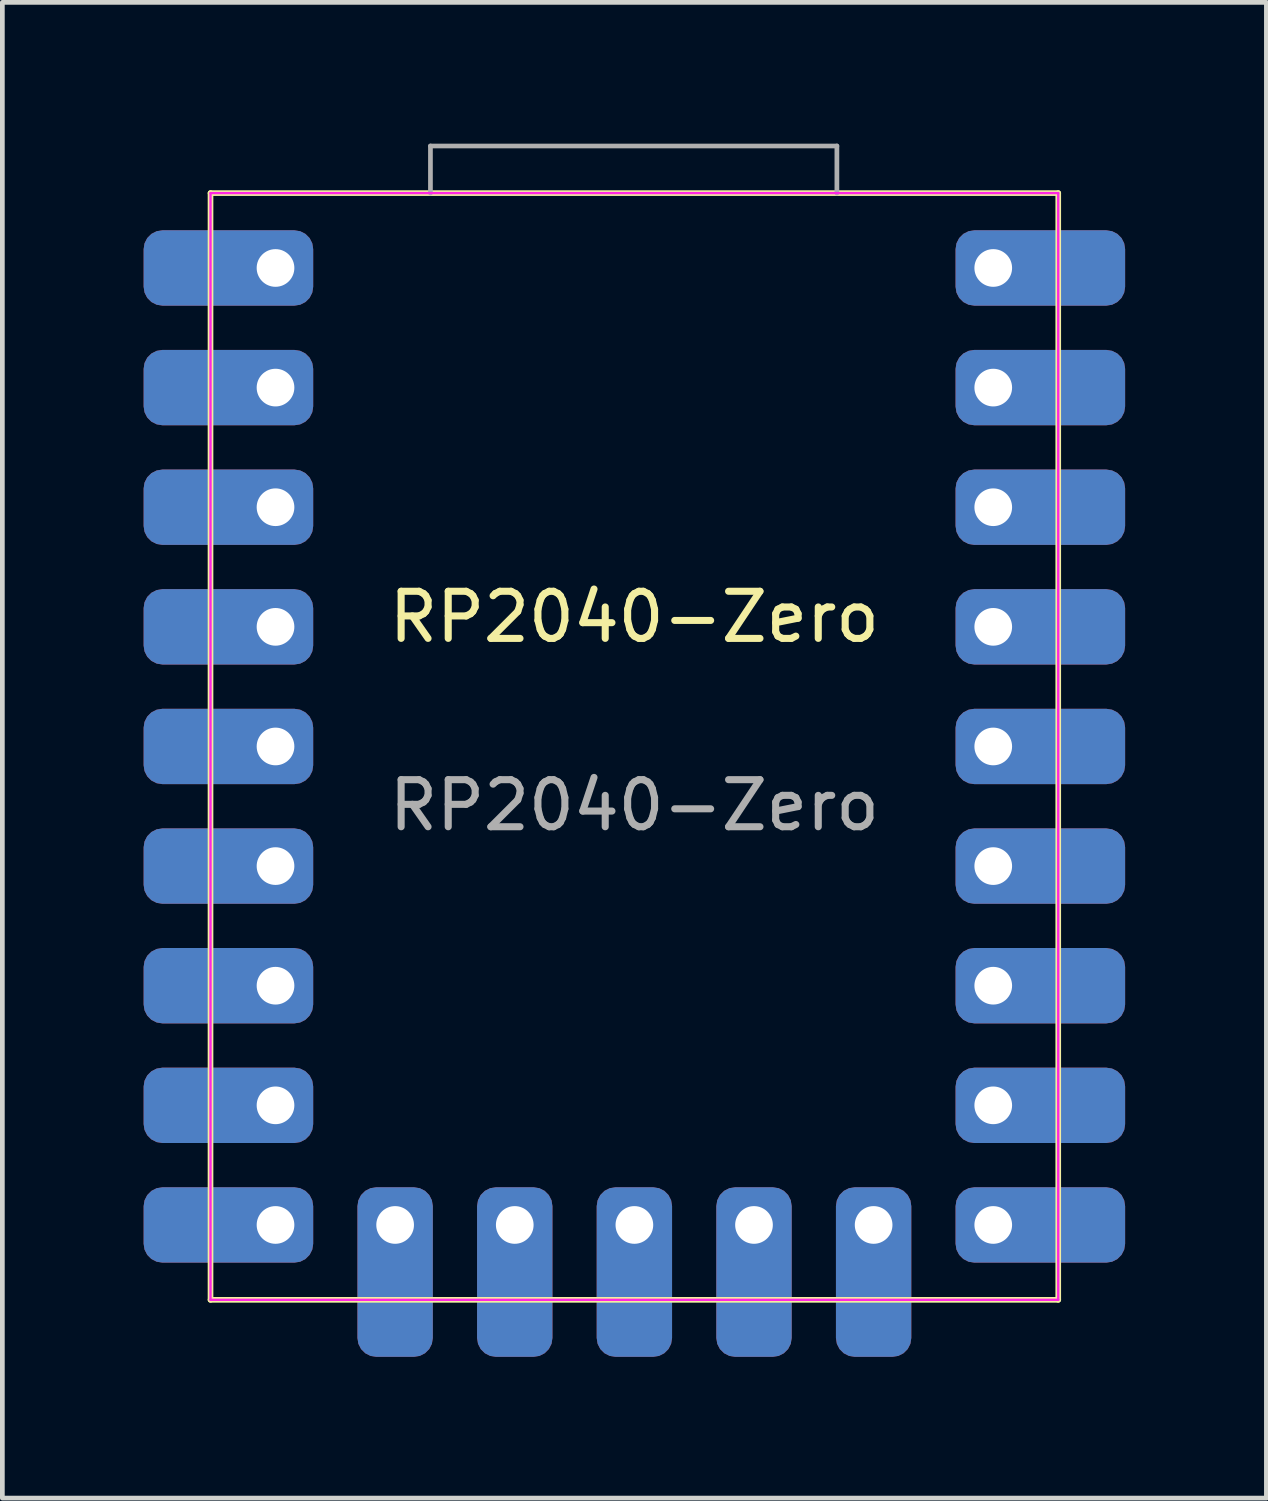
<source format=kicad_pcb>
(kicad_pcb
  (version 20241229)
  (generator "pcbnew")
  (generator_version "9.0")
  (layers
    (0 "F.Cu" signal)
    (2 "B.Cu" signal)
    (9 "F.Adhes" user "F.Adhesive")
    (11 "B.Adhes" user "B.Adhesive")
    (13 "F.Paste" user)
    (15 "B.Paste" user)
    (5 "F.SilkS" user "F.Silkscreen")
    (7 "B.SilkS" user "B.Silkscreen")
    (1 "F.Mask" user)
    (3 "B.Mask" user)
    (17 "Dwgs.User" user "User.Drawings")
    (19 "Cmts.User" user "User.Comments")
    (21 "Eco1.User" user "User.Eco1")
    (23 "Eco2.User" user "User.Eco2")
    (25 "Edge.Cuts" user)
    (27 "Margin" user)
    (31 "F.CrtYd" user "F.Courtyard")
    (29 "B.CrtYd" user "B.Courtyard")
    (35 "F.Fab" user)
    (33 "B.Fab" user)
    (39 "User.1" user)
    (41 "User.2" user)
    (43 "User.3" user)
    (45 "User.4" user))
  (footprint "RP2040-Zero"
    (layer "F.Cu")
    (at 1.42 24.55)
    (property "Reference" "RP2040-Zero" (at 9 -14.5 0) (unlocked yes) (layer "F.SilkS") (effects (font (size 1 1) (thickness 0.15))))
    (attr through_hole)
    (fp_line (start 0 -23.5) (end 0 0) (stroke (width 0.12) (type solid)) (layer "F.SilkS"))
    (fp_line (start 0 0) (end 18 0) (stroke (width 0.12) (type solid)) (layer "F.SilkS"))
    (fp_line (start 18 -23.5) (end 0 -23.5) (stroke (width 0.12) (type solid)) (layer "F.SilkS"))
    (fp_line (start 18 0) (end 18 -23.5) (stroke (width 0.12) (type solid)) (layer "F.SilkS"))
    (fp_line (start 0 -23.5) (end 18 -23.5) (stroke (width 0.05) (type solid)) (layer "F.CrtYd"))
    (fp_line (start 0 0) (end 0 -23.5) (stroke (width 0.05) (type solid)) (layer "F.CrtYd"))
    (fp_line (start 18 -23.5) (end 18 0) (stroke (width 0.05) (type solid)) (layer "F.CrtYd"))
    (fp_line (start 18 0) (end 0 0) (stroke (width 0.05) (type solid)) (layer "F.CrtYd"))
    (fp_line (start 4.67 -24.5) (end 4.67 -23.5) (stroke (width 0.1) (type solid)) (layer "F.Fab"))
    (fp_line (start 4.67 -24.5) (end 13.3 -24.5) (stroke (width 0.1) (type solid)) (layer "F.Fab"))
    (fp_line (start 13.3 -24.5) (end 13.3 -23.5) (stroke (width 0.1) (type solid)) (layer "F.Fab"))
    (fp_text user "${REFERENCE}" (at 9 -10.5 0) (unlocked yes) (layer "F.Fab") (effects (font (size 1 1) (thickness 0.15))))
    (pad "1" thru_hole roundrect (at 16.62 -21.91 180) (size 3.6 1.6) (drill 0.8 (offset -1 0)) (layers "*.Cu" "F.Mask") (roundrect_rratio 0.25))
    (pad "2" thru_hole roundrect (at 16.62 -19.37 180) (size 3.6 1.6) (drill 0.8 (offset -1 0)) (layers "*.Cu" "F.Mask") (roundrect_rratio 0.25))
    (pad "3" thru_hole roundrect (at 16.62 -16.83 180) (size 3.6 1.6) (drill 0.8 (offset -1 0)) (layers "*.Cu" "F.Mask") (roundrect_rratio 0.25))
    (pad "4" thru_hole roundrect (at 16.62 -14.29 180) (size 3.6 1.6) (drill 0.8 (offset -1 0)) (layers "*.Cu" "F.Mask") (roundrect_rratio 0.25))
    (pad "5" thru_hole roundrect (at 16.62 -11.75 180) (size 3.6 1.6) (drill 0.8 (offset -1 0)) (layers "*.Cu" "F.Mask") (roundrect_rratio 0.25))
    (pad "6" thru_hole roundrect (at 16.62 -9.21 180) (size 3.6 1.6) (drill 0.8 (offset -1 0)) (layers "*.Cu" "F.Mask") (roundrect_rratio 0.25))
    (pad "7" thru_hole roundrect (at 16.62 -6.67 180) (size 3.6 1.6) (drill 0.8 (offset -1 0)) (layers "*.Cu" "F.Mask") (roundrect_rratio 0.25))
    (pad "8" thru_hole roundrect (at 16.62 -4.13 180) (size 3.6 1.6) (drill 0.8 (offset -1 0)) (layers "*.Cu" "F.Mask") (roundrect_rratio 0.25))
    (pad "9" thru_hole roundrect (at 16.62 -1.59 180) (size 3.6 1.6) (drill 0.8 (offset -1 0)) (layers "*.Cu" "F.Mask") (roundrect_rratio 0.25))
    (pad "10" thru_hole roundrect (at 14.08 -1.59 90) (size 3.6 1.6) (drill 0.8 (offset -1 0)) (layers "*.Cu" "F.Mask") (roundrect_rratio 0.25))
    (pad "11" thru_hole roundrect (at 11.54 -1.59 90) (size 3.6 1.6) (drill 0.8 (offset -1 0)) (layers "*.Cu" "F.Mask") (roundrect_rratio 0.25))
    (pad "12" thru_hole roundrect (at 9 -1.59 90) (size 3.6 1.6) (drill 0.8 (offset -1 0)) (layers "*.Cu" "F.Mask") (roundrect_rratio 0.25))
    (pad "13" thru_hole roundrect (at 6.46 -1.59 90) (size 3.6 1.6) (drill 0.8 (offset -1 0)) (layers "*.Cu" "F.Mask") (roundrect_rratio 0.25))
    (pad "14" thru_hole roundrect (at 3.92 -1.59 90) (size 3.6 1.6) (drill 0.8 (offset -1 0)) (layers "*.Cu" "F.Mask") (roundrect_rratio 0.25))
    (pad "15" thru_hole roundrect (at 1.38 -1.59) (size 3.6 1.6) (drill 0.8 (offset -1 0)) (layers "*.Cu" "F.Mask") (roundrect_rratio 0.25))
    (pad "16" thru_hole roundrect (at 1.38 -4.13) (size 3.6 1.6) (drill 0.8 (offset -1 0)) (layers "*.Cu" "F.Mask") (roundrect_rratio 0.25))
    (pad "17" thru_hole roundrect (at 1.38 -6.67) (size 3.6 1.6) (drill 0.8 (offset -1 0)) (layers "*.Cu" "F.Mask") (roundrect_rratio 0.25))
    (pad "18" thru_hole roundrect (at 1.38 -9.21) (size 3.6 1.6) (drill 0.8 (offset -1 0)) (layers "*.Cu" "F.Mask") (roundrect_rratio 0.25))
    (pad "19" thru_hole roundrect (at 1.38 -11.75) (size 3.6 1.6) (drill 0.8 (offset -1 0)) (layers "*.Cu" "F.Mask") (roundrect_rratio 0.25))
    (pad "20" thru_hole roundrect (at 1.38 -14.29) (size 3.6 1.6) (drill 0.8 (offset -1 0)) (layers "*.Cu" "F.Mask") (roundrect_rratio 0.25))
    (pad "21" thru_hole roundrect (at 1.38 -16.83) (size 3.6 1.6) (drill 0.8 (offset -1 0)) (layers "*.Cu" "F.Mask") (roundrect_rratio 0.25))
    (pad "22" thru_hole roundrect (at 1.38 -21.91) (size 3.6 1.6) (drill 0.8 (offset -1 0)) (layers "*.Cu" "F.Mask") (roundrect_rratio 0.25))
    (pad "23" thru_hole roundrect (at 1.38 -19.37) (size 3.6 1.6) (drill 0.8 (offset -1 0)) (layers "*.Cu" "F.Mask") (roundrect_rratio 0.25)))
  (gr_rect
    (start -3 -3)
    (end 23.84 28.76)
    (stroke (width 0.1) (type default))
    (fill no)
    (layer "Edge.Cuts")))
</source>
